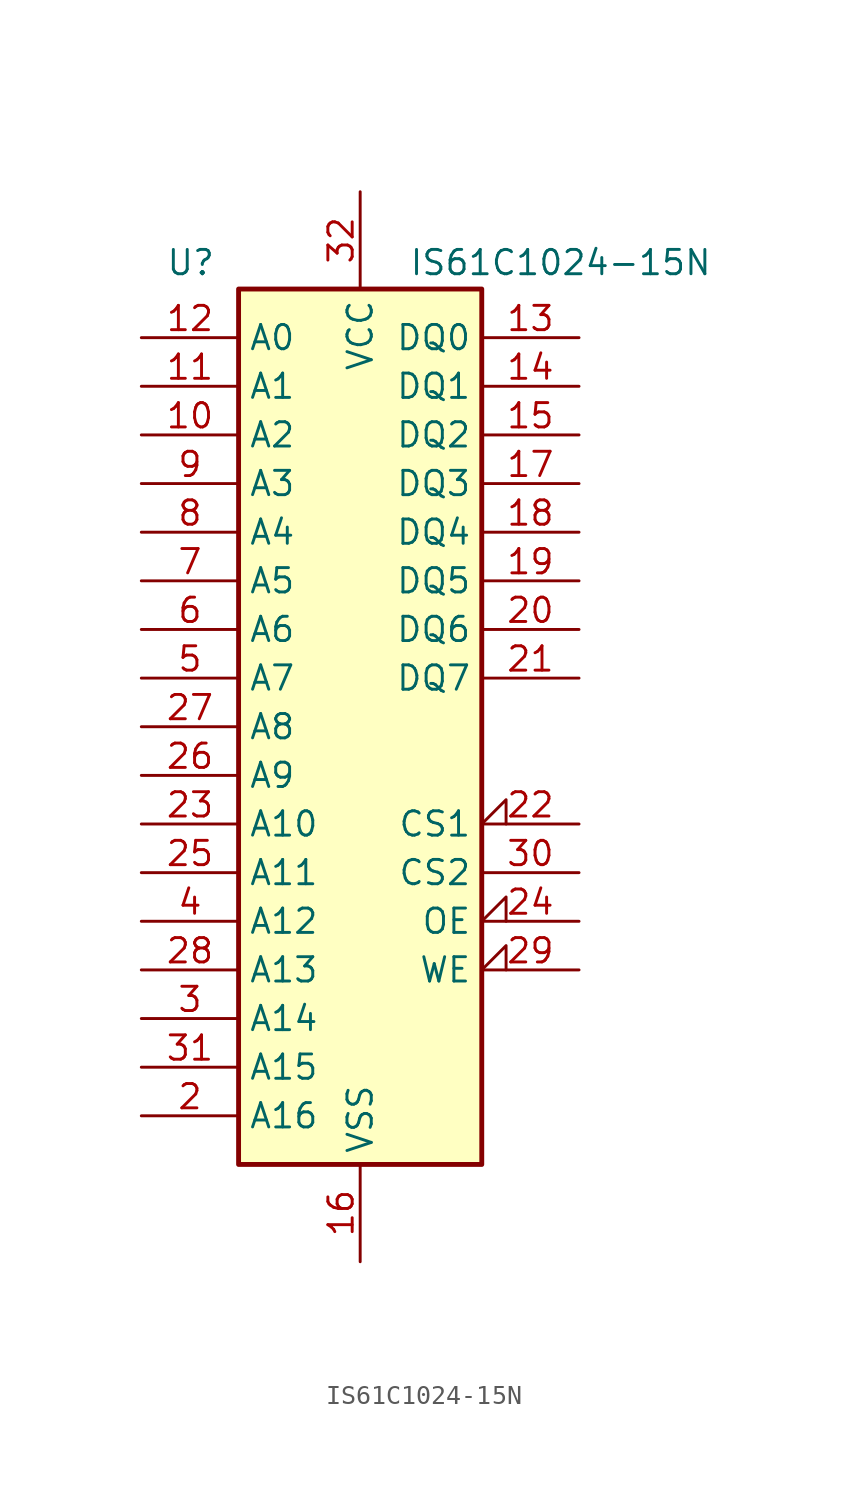
<source format=kicad_sym>
(kicad_symbol_lib
  (version 20231120)
  (generator "kicad_symbol_editor")
  (generator_version "8.0")
  (symbol "IS61C1024-15N"
    (property "Reference" "U"
      (at -10.16 26.035 0)
      (effects (font (size 1.27 1.27)) (justify left bottom)))
    (property "Value" "IS61C1024-15N"
      (at 2.54 26.035 0)
      (effects (font (size 1.27 1.27)) (justify left bottom)))
    (symbol "IS61C1024-15N_0_0"
      (pin power_in line (at 0 -25.4 90) (length 5.08) (name "VSS" (effects (font (size 1.27 1.27)))) (number "16" (effects (font (size 1.27 1.27)))))
      (pin power_in line (at 0 30.48 270) (length 5.08) (name "VCC" (effects (font (size 1.27 1.27)))) (number "32" (effects (font (size 1.27 1.27))))))
    (symbol "IS61C1024-15N_0_1"
      (rectangle (start -6.35 25.4) (end 6.35 -20.32) (stroke (width 0.254) (type default)) (fill (type background))))
    (symbol "IS61C1024-15N_1_1"
      (pin input line (at -11.43 17.78 0) (length 5.08) (name "A2" (effects (font (size 1.27 1.27)))) (number "10" (effects (font (size 1.27 1.27)))))
      (pin input line (at -11.43 20.32 0) (length 5.08) (name "A1" (effects (font (size 1.27 1.27)))) (number "11" (effects (font (size 1.27 1.27)))))
      (pin input line (at -11.43 22.86 0) (length 5.08) (name "A0" (effects (font (size 1.27 1.27)))) (number "12" (effects (font (size 1.27 1.27)))))
      (pin tri_state line (at 11.43 22.86 180) (length 5.08) (name "DQ0" (effects (font (size 1.27 1.27)))) (number "13" (effects (font (size 1.27 1.27)))))
      (pin tri_state line (at 11.43 20.32 180) (length 5.08) (name "DQ1" (effects (font (size 1.27 1.27)))) (number "14" (effects (font (size 1.27 1.27)))))
      (pin tri_state line (at 11.43 17.78 180) (length 5.08) (name "DQ2" (effects (font (size 1.27 1.27)))) (number "15" (effects (font (size 1.27 1.27)))))
      (pin tri_state line (at 11.43 15.24 180) (length 5.08) (name "DQ3" (effects (font (size 1.27 1.27)))) (number "17" (effects (font (size 1.27 1.27)))))
      (pin tri_state line (at 11.43 12.7 180) (length 5.08) (name "DQ4" (effects (font (size 1.27 1.27)))) (number "18" (effects (font (size 1.27 1.27)))))
      (pin tri_state line (at 11.43 10.16 180) (length 5.08) (name "DQ5" (effects (font (size 1.27 1.27)))) (number "19" (effects (font (size 1.27 1.27)))))
      (pin input line (at -11.43 -17.78 0) (length 5.08) (name "A16" (effects (font (size 1.27 1.27)))) (number "2" (effects (font (size 1.27 1.27)))))
      (pin tri_state line (at 11.43 7.62 180) (length 5.08) (name "DQ6" (effects (font (size 1.27 1.27)))) (number "20" (effects (font (size 1.27 1.27)))))
      (pin tri_state line (at 11.43 5.08 180) (length 5.08) (name "DQ7" (effects (font (size 1.27 1.27)))) (number "21" (effects (font (size 1.27 1.27)))))
      (pin input input_low (at 11.43 -2.54 180) (length 5.08) (name "CS1" (effects (font (size 1.27 1.27)))) (number "22" (effects (font (size 1.27 1.27)))))
      (pin input line (at -11.43 -2.54 0) (length 5.08) (name "A10" (effects (font (size 1.27 1.27)))) (number "23" (effects (font (size 1.27 1.27)))))
      (pin input input_low (at 11.43 -7.62 180) (length 5.08) (name "OE" (effects (font (size 1.27 1.27)))) (number "24" (effects (font (size 1.27 1.27)))))
      (pin input line (at -11.43 -5.08 0) (length 5.08) (name "A11" (effects (font (size 1.27 1.27)))) (number "25" (effects (font (size 1.27 1.27)))))
      (pin input line (at -11.43 0 0) (length 5.08) (name "A9" (effects (font (size 1.27 1.27)))) (number "26" (effects (font (size 1.27 1.27)))))
      (pin input line (at -11.43 2.54 0) (length 5.08) (name "A8" (effects (font (size 1.27 1.27)))) (number "27" (effects (font (size 1.27 1.27)))))
      (pin input line (at -11.43 -10.16 0) (length 5.08) (name "A13" (effects (font (size 1.27 1.27)))) (number "28" (effects (font (size 1.27 1.27)))))
      (pin input input_low (at 11.43 -10.16 180) (length 5.08) (name "WE" (effects (font (size 1.27 1.27)))) (number "29" (effects (font (size 1.27 1.27)))))
      (pin input line (at -11.43 -12.7 0) (length 5.08) (name "A14" (effects (font (size 1.27 1.27)))) (number "3" (effects (font (size 1.27 1.27)))))
      (pin input line (at 11.43 -5.08 180) (length 5.08) (name "CS2" (effects (font (size 1.27 1.27)))) (number "30" (effects (font (size 1.27 1.27)))))
      (pin input line (at -11.43 -15.24 0) (length 5.08) (name "A15" (effects (font (size 1.27 1.27)))) (number "31" (effects (font (size 1.27 1.27)))))
      (pin input line (at -11.43 -7.62 0) (length 5.08) (name "A12" (effects (font (size 1.27 1.27)))) (number "4" (effects (font (size 1.27 1.27)))))
      (pin input line (at -11.43 5.08 0) (length 5.08) (name "A7" (effects (font (size 1.27 1.27)))) (number "5" (effects (font (size 1.27 1.27)))))
      (pin input line (at -11.43 7.62 0) (length 5.08) (name "A6" (effects (font (size 1.27 1.27)))) (number "6" (effects (font (size 1.27 1.27)))))
      (pin input line (at -11.43 10.16 0) (length 5.08) (name "A5" (effects (font (size 1.27 1.27)))) (number "7" (effects (font (size 1.27 1.27)))))
      (pin input line (at -11.43 12.7 0) (length 5.08) (name "A4" (effects (font (size 1.27 1.27)))) (number "8" (effects (font (size 1.27 1.27)))))
      (pin input line (at -11.43 15.24 0) (length 5.08) (name "A3" (effects (font (size 1.27 1.27)))) (number "9" (effects (font (size 1.27 1.27))))))))
</source>
